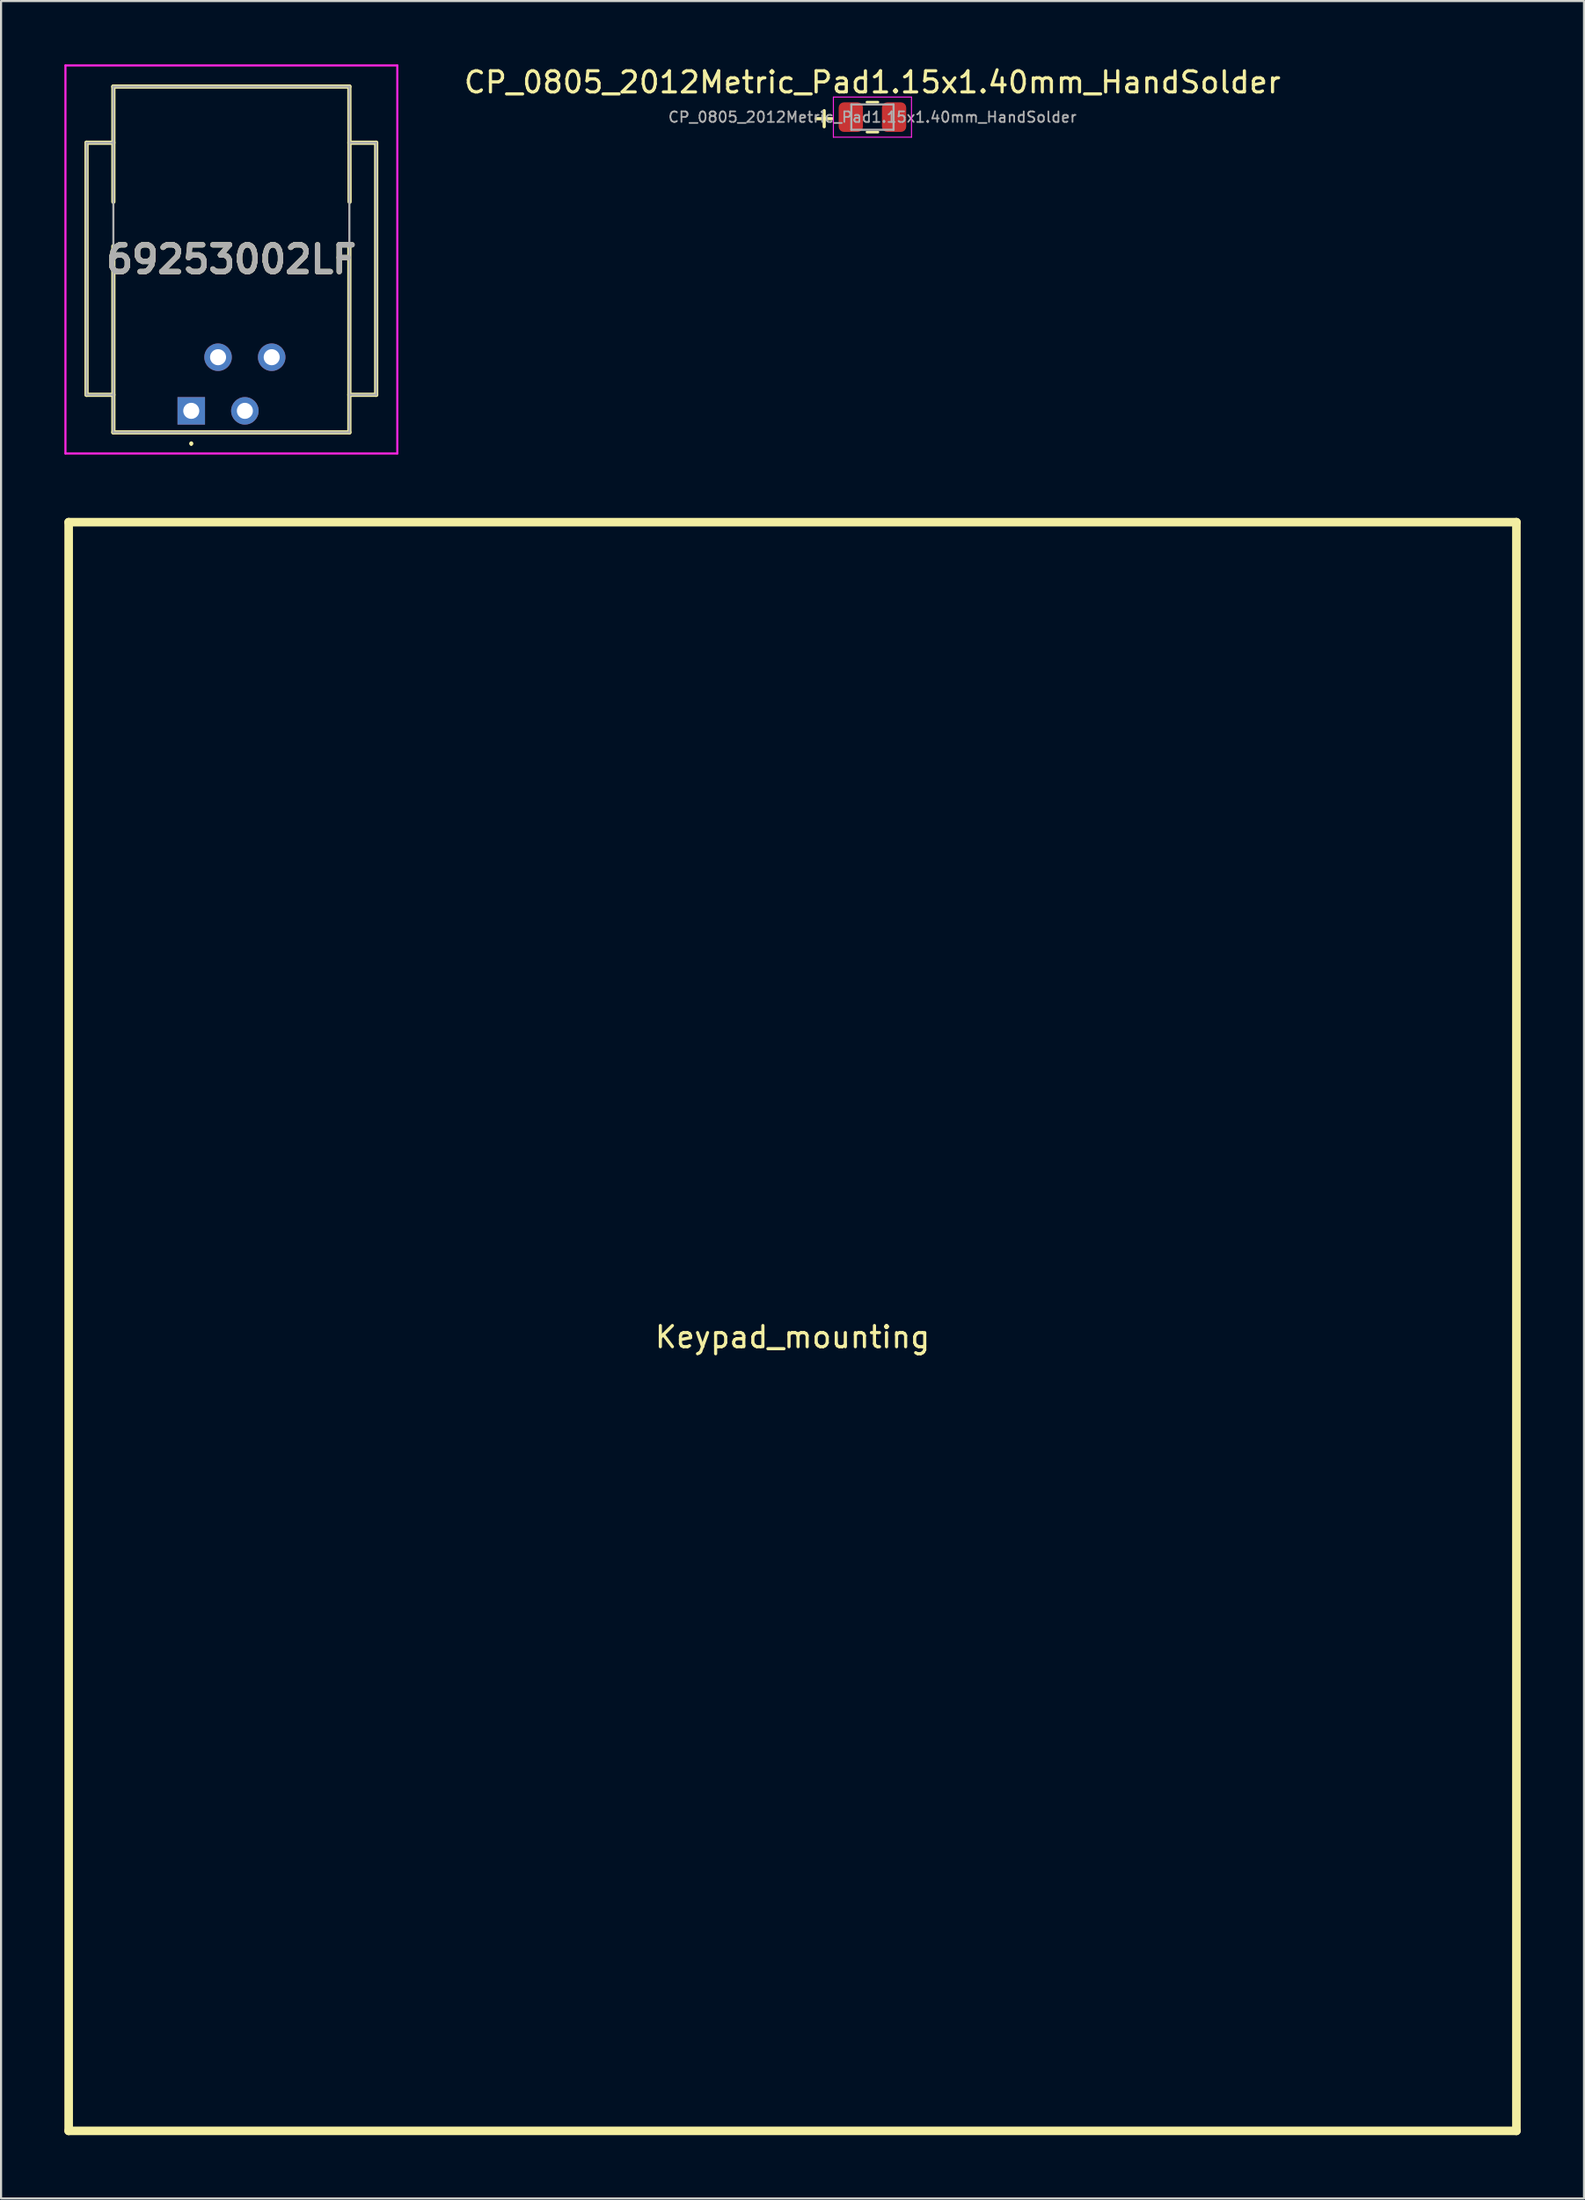
<source format=kicad_pcb>
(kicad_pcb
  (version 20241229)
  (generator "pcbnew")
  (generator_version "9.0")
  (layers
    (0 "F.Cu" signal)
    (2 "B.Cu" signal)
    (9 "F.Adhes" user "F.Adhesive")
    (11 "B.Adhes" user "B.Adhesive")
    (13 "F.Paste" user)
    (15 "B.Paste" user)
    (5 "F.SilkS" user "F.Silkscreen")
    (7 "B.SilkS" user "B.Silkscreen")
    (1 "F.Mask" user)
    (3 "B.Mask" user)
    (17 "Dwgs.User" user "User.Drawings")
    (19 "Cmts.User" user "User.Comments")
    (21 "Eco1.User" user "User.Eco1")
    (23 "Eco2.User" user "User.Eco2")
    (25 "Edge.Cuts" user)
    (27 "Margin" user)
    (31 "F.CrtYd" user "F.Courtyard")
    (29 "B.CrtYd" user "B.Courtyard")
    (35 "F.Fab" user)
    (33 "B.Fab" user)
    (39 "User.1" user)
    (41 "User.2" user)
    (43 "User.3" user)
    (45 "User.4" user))
  (footprint "CP_0805_2012Metric_Pad1.15x1.40mm_HandSolder"
    (layer "F.Cu")
    (at 38.278 2.498)
    (property "Reference" "CP_0805_2012Metric_Pad1.15x1.40mm_HandSolder" (at 0 -1.65 0) (layer "F.SilkS") (effects (font (size 1 1) (thickness 0.15))))
    (attr smd)
    (fp_line (start -0.261 -0.71) (end 0.261 -0.71) (stroke (width 0.12) (type solid)) (layer "F.SilkS"))
    (fp_line (start -0.261 0.71) (end 0.261 0.71) (stroke (width 0.12) (type solid)) (layer "F.SilkS"))
    (fp_line (start -1.85 -0.95) (end 1.85 -0.95) (stroke (width 0.05) (type solid)) (layer "F.CrtYd"))
    (fp_line (start -1.85 0.95) (end -1.85 -0.95) (stroke (width 0.05) (type solid)) (layer "F.CrtYd"))
    (fp_line (start 1.85 -0.95) (end 1.85 0.95) (stroke (width 0.05) (type solid)) (layer "F.CrtYd"))
    (fp_line (start 1.85 0.95) (end -1.85 0.95) (stroke (width 0.05) (type solid)) (layer "F.CrtYd"))
    (fp_line (start -1 -0.6) (end 1 -0.6) (stroke (width 0.1) (type solid)) (layer "F.Fab"))
    (fp_line (start -1 0.6) (end -1 -0.6) (stroke (width 0.1) (type solid)) (layer "F.Fab"))
    (fp_line (start 1 -0.6) (end 1 0.6) (stroke (width 0.1) (type solid)) (layer "F.Fab"))
    (fp_line (start 1 0.6) (end -1 0.6) (stroke (width 0.1) (type solid)) (layer "F.Fab"))
    (fp_text user "+" (at -2.286 0 0) (layer "F.SilkS") (effects (font (size 1 1) (thickness 0.15))))
    (fp_text user "${REFERENCE}" (at 0 0 0) (layer "F.Fab") (effects (font (size 0.5 0.5) (thickness 0.08))))
    (pad "1" smd roundrect (at -1.025 0) (size 1.15 1.4) (layers "F.Cu" "F.Mask" "F.Paste") (roundrect_rratio 0.217))
    (pad "2" smd roundrect (at 1.025 0) (size 1.15 1.4) (layers "F.Cu" "F.Mask" "F.Paste") (roundrect_rratio 0.217)))
  (footprint "69253002LF"
    (layer "F.Cu")
    (at 6.01 16.41)
    (property "Reference" "69253002LF" (at 1.9 -7.17 0) (layer "F.SilkS") (effects (font (size 1.27 1.27) (thickness 0.254))))
    (attr through_hole)
    (fp_line (start -4.96 -12.7) (end -4.96 -0.76) (stroke (width 0.2) (type solid)) (layer "F.SilkS"))
    (fp_line (start -4.96 -0.76) (end -3.69 -0.76) (stroke (width 0.2) (type solid)) (layer "F.SilkS"))
    (fp_line (start -3.69 -15.36) (end 7.49 -15.36) (stroke (width 0.2) (type solid)) (layer "F.SilkS"))
    (fp_line (start -3.69 -12.7) (end -4.96 -12.7) (stroke (width 0.2) (type solid)) (layer "F.SilkS"))
    (fp_line (start -3.69 -9.9) (end -3.69 -15.36) (stroke (width 0.2) (type solid)) (layer "F.SilkS"))
    (fp_line (start -3.69 -7.8) (end -3.69 1.02) (stroke (width 0.2) (type solid)) (layer "F.SilkS"))
    (fp_line (start -3.69 1.02) (end 7.49 1.02) (stroke (width 0.2) (type solid)) (layer "F.SilkS"))
    (fp_line (start 0 1.5) (end 0 1.5) (stroke (width 0.1) (type solid)) (layer "F.SilkS"))
    (fp_line (start 0 1.6) (end 0 1.6) (stroke (width 0.1) (type solid)) (layer "F.SilkS"))
    (fp_line (start 7.49 -15.36) (end 7.5 -9.9) (stroke (width 0.2) (type solid)) (layer "F.SilkS"))
    (fp_line (start 7.49 -0.76) (end 8.76 -0.76) (stroke (width 0.2) (type solid)) (layer "F.SilkS"))
    (fp_line (start 7.49 1.02) (end 7.49 -7.8) (stroke (width 0.2) (type solid)) (layer "F.SilkS"))
    (fp_line (start 8.76 -12.7) (end 7.49 -12.7) (stroke (width 0.2) (type solid)) (layer "F.SilkS"))
    (fp_line (start 8.76 -0.76) (end 8.76 -12.7) (stroke (width 0.2) (type solid)) (layer "F.SilkS"))
    (fp_arc (start 0 1.5) (mid 0.05 1.55) (end 0 1.6) (stroke (width 0.1) (type solid)) (layer "F.SilkS"))
    (fp_arc (start 0 1.6) (mid -0.05 1.55) (end 0 1.5) (stroke (width 0.1) (type solid)) (layer "F.SilkS"))
    (fp_line (start -5.96 -16.36) (end 9.76 -16.36) (stroke (width 0.1) (type solid)) (layer "F.CrtYd"))
    (fp_line (start -5.96 2.02) (end -5.96 -16.36) (stroke (width 0.1) (type solid)) (layer "F.CrtYd"))
    (fp_line (start 9.76 -16.36) (end 9.76 2.02) (stroke (width 0.1) (type solid)) (layer "F.CrtYd"))
    (fp_line (start 9.76 2.02) (end -5.96 2.02) (stroke (width 0.1) (type solid)) (layer "F.CrtYd"))
    (fp_line (start -4.96 -12.7) (end -3.69 -12.7) (stroke (width 0.1) (type solid)) (layer "F.Fab"))
    (fp_line (start -4.96 -0.76) (end -4.96 -12.7) (stroke (width 0.1) (type solid)) (layer "F.Fab"))
    (fp_line (start -3.69 -15.36) (end 7.49 -15.36) (stroke (width 0.1) (type solid)) (layer "F.Fab"))
    (fp_line (start -3.69 -0.76) (end -4.96 -0.76) (stroke (width 0.1) (type solid)) (layer "F.Fab"))
    (fp_line (start -3.69 1.02) (end -3.69 -15.36) (stroke (width 0.1) (type solid)) (layer "F.Fab"))
    (fp_line (start 7.49 -15.36) (end 7.49 1.02) (stroke (width 0.1) (type solid)) (layer "F.Fab"))
    (fp_line (start 7.49 -0.76) (end 8.76 -0.76) (stroke (width 0.1) (type solid)) (layer "F.Fab"))
    (fp_line (start 7.49 1.02) (end -3.69 1.02) (stroke (width 0.1) (type solid)) (layer "F.Fab"))
    (fp_line (start 8.76 -12.7) (end 7.49 -12.7) (stroke (width 0.1) (type solid)) (layer "F.Fab"))
    (fp_line (start 8.76 -0.76) (end 8.76 -12.7) (stroke (width 0.1) (type solid)) (layer "F.Fab"))
    (fp_text user "${REFERENCE}" (at 1.9 -7.17 0) (layer "F.Fab") (effects (font (size 1.27 1.27) (thickness 0.254))))
    (pad "" np_thru_hole circle (at -1.91 -8.89) (size 0.001 0.001) (drill 3.25) (layers "*.Cu" "*.Mask"))
    (pad "" np_thru_hole circle (at 5.71 -8.89) (size 0.001 0.001) (drill 3.25) (layers "*.Cu" "*.Mask"))
    (pad "1" thru_hole rect (at 0 0) (size 1.303 1.303) (drill 0.76) (layers "*.Cu" "*.Mask"))
    (pad "2" thru_hole circle (at 1.27 -2.54) (size 1.303 1.303) (drill 0.76) (layers "*.Cu" "*.Mask"))
    (pad "3" thru_hole circle (at 2.54 0) (size 1.303 1.303) (drill 0.76) (layers "*.Cu" "*.Mask"))
    (pad "4" thru_hole circle (at 3.81 -2.54) (size 1.303 1.303) (drill 0.76) (layers "*.Cu" "*.Mask")))
  (footprint "Keypad_mounting"
    (layer "F.Cu")
    (at 34.493 59.783)
    (property "Reference" "Keypad_mounting" (at 0 0.5 0) (layer "F.SilkS") (effects (font (size 1 1) (thickness 0.15))))
    (attr through_hole)
    (fp_line (start -34.29 -38.1) (end 34.29 -38.1) (stroke (width 0.406) (type solid)) (layer "F.SilkS"))
    (fp_line (start -34.29 38.1) (end -34.29 -38.1) (stroke (width 0.406) (type solid)) (layer "F.SilkS"))
    (fp_line (start 34.29 -38.1) (end 34.29 38.1) (stroke (width 0.406) (type solid)) (layer "F.SilkS"))
    (fp_line (start 34.29 38.1) (end -34.29 38.1) (stroke (width 0.406) (type solid)) (layer "F.SilkS")))
  (gr_rect
    (start -3 -3)
    (end 71.986 101.086)
    (stroke (width 0.1) (type default))
    (fill no)
    (layer "Edge.Cuts")))
</source>
